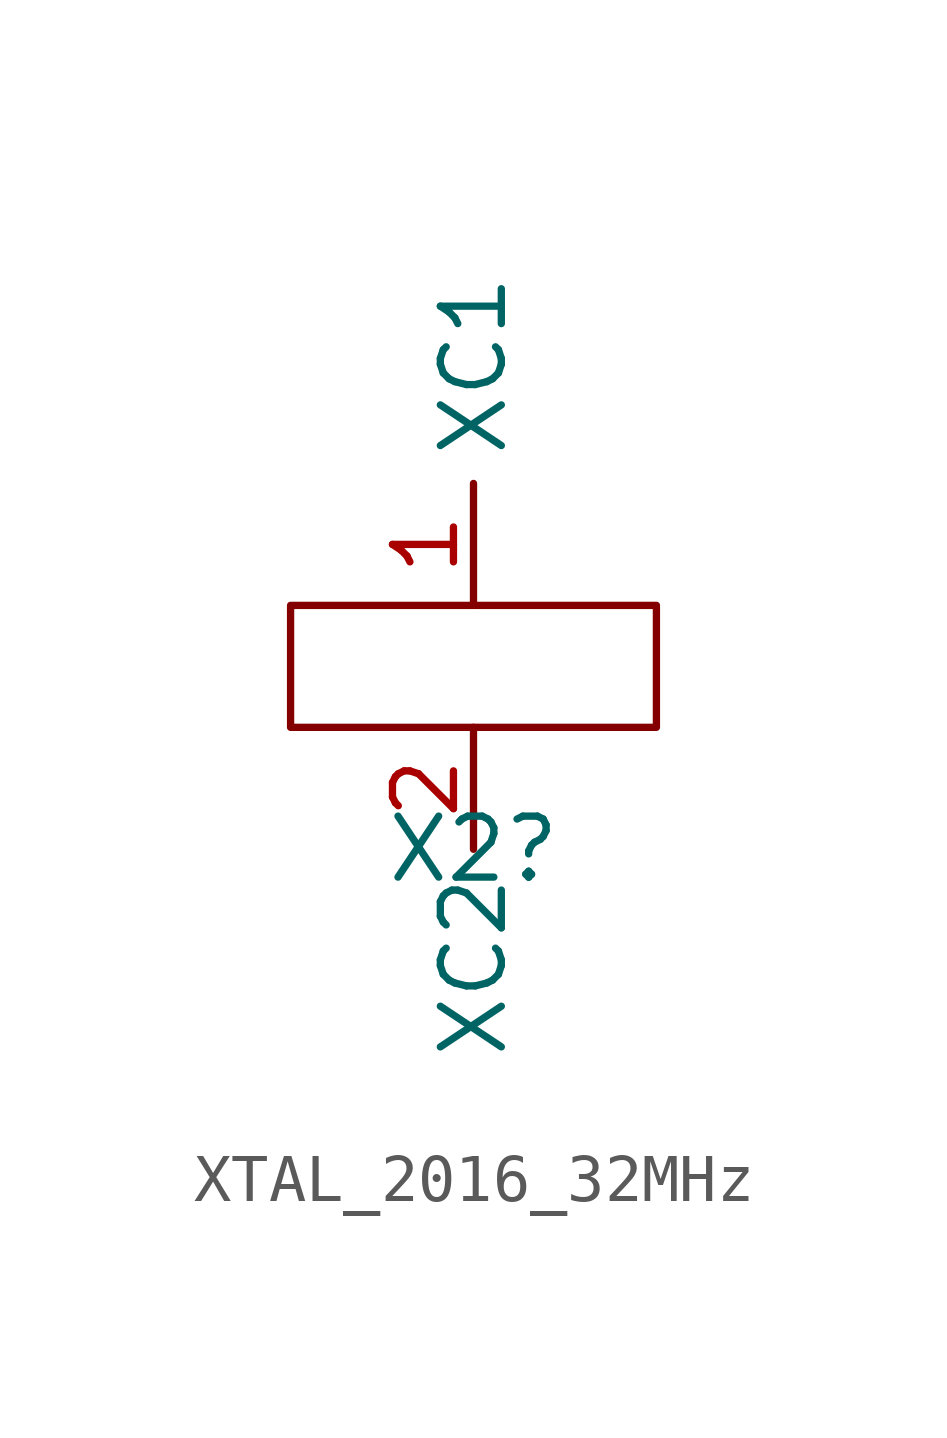
<source format=kicad_sym>
(kicad_symbol_lib
  (version 20241209)
  (generator "kicad_symbol_editor")
  (generator_version "9.0")
  (symbol "XTAL_2016_32MHz"
    (property "Reference" "X2"
      (at 0 -5.08 0)
      (effects (font (size 1.27 1.27))))
    (property "Value" ""
      (at 0 0 0)
      (effects (font (size 1.27 1.27))))
    (symbol "XTAL_2016_32MHz_0_1"
      (rectangle (start -3.81 0) (end 3.81 -2.54) (stroke (width 0) (type default)) (fill (type none))))
    (symbol "XTAL_2016_32MHz_1_0"
      (pin passive line (at 0 0 90) (length 2.54) (name "XC1" (effects (font (size 1.27 1.27)))) (number "1" (effects (font (size 1.27 1.27)))))
      (pin passive line (at 0 -2.54 270) (length 2.54) (name "XC2" (effects (font (size 1.27 1.27)))) (number "2" (effects (font (size 1.27 1.27))))))))
</source>
